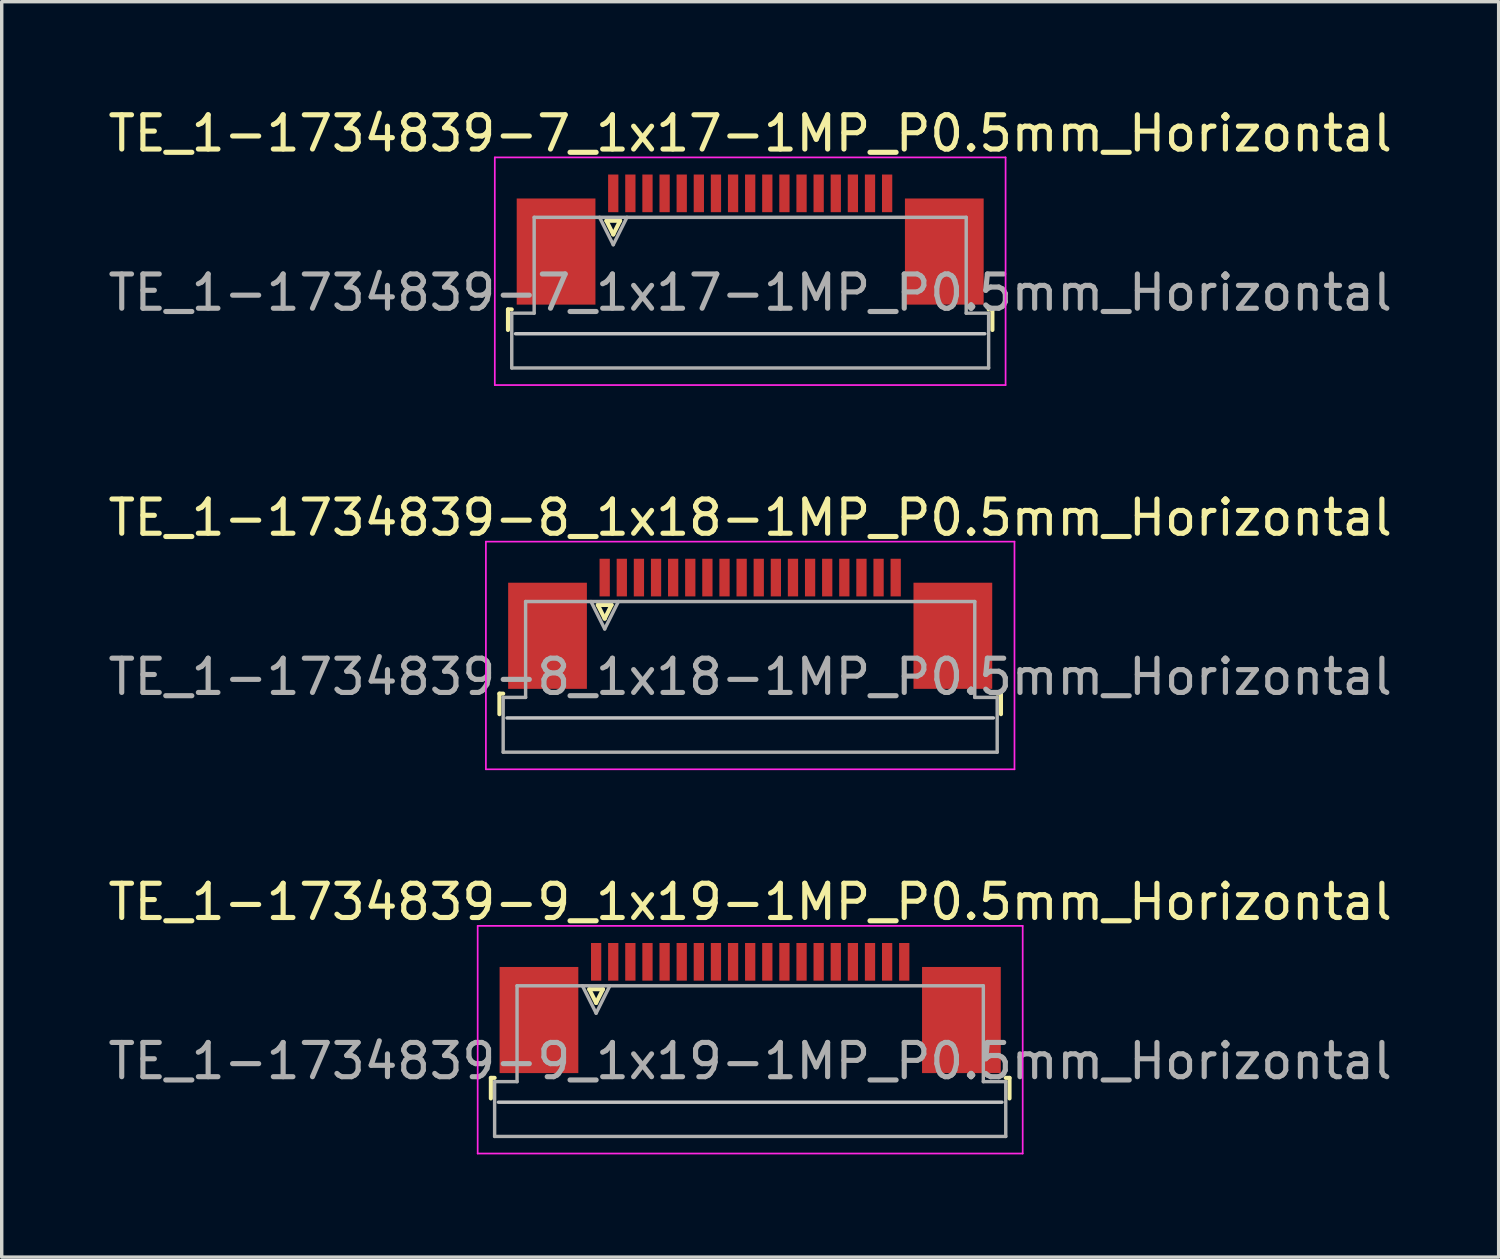
<source format=kicad_pcb>
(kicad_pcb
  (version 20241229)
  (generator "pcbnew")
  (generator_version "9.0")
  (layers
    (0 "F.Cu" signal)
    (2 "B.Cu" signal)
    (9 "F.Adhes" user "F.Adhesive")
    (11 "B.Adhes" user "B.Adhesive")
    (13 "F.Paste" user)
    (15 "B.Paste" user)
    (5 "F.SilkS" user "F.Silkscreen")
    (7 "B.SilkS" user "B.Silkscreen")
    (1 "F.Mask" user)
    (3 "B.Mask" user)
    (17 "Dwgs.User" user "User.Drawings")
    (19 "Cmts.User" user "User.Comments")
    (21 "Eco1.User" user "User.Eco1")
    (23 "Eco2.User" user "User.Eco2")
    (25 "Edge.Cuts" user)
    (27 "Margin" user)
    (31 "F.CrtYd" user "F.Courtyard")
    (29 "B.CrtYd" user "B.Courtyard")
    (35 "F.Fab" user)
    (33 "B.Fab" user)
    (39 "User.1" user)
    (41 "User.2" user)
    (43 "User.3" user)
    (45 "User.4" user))
  (footprint "TE_1-1734839-7_1x17-1MP_P0.5mm_Horizontal"
    (layer "F.Cu")
    (at 18.863 3.948)
    (property "Reference" "TE_1-1734839-7_1x17-1MP_P0.5mm_Horizontal" (at 0 -3.1 0) (layer "F.SilkS") (effects (font (size 1 1) (thickness 0.15))))
    (attr smd)
    (fp_line (start -7.075 2.04) (end -7.075 2.64) (stroke (width 0.12) (type solid)) (layer "F.SilkS"))
    (fp_line (start -6.965 2.04) (end -7.075 2.04) (stroke (width 0.12) (type solid)) (layer "F.SilkS"))
    (fp_line (start -4.2 -0.55) (end -4 -0.15) (stroke (width 0.12) (type solid)) (layer "F.SilkS"))
    (fp_line (start -4 -0.15) (end -3.8 -0.55) (stroke (width 0.12) (type solid)) (layer "F.SilkS"))
    (fp_line (start -3.8 -0.55) (end -4.2 -0.55) (stroke (width 0.12) (type solid)) (layer "F.SilkS"))
    (fp_line (start 6.965 2.04) (end 7.075 2.04) (stroke (width 0.12) (type solid)) (layer "F.SilkS"))
    (fp_line (start 7.075 2.04) (end 7.075 2.64) (stroke (width 0.12) (type solid)) (layer "F.SilkS"))
    (fp_line (start 6.855 2.75) (end -6.855 2.75) (stroke (width 0.1) (type solid)) (layer "Dwgs.User"))
    (fp_line (start -7.46 -2.4) (end -7.46 4.25) (stroke (width 0.05) (type solid)) (layer "F.CrtYd"))
    (fp_line (start -7.46 4.25) (end 7.46 4.25) (stroke (width 0.05) (type solid)) (layer "F.CrtYd"))
    (fp_line (start 7.46 -2.4) (end -7.46 -2.4) (stroke (width 0.05) (type solid)) (layer "F.CrtYd"))
    (fp_line (start 7.46 4.25) (end 7.46 -2.4) (stroke (width 0.05) (type solid)) (layer "F.CrtYd"))
    (fp_line (start -6.965 2.15) (end -6.31 2.15) (stroke (width 0.1) (type solid)) (layer "F.Fab"))
    (fp_line (start -6.965 3.75) (end -6.965 2.15) (stroke (width 0.1) (type solid)) (layer "F.Fab"))
    (fp_line (start -6.31 -0.65) (end 6.31 -0.65) (stroke (width 0.1) (type solid)) (layer "F.Fab"))
    (fp_line (start -6.31 2.15) (end -6.31 -0.65) (stroke (width 0.1) (type solid)) (layer "F.Fab"))
    (fp_line (start -4.4 -0.65) (end -4 0.15) (stroke (width 0.1) (type solid)) (layer "F.Fab"))
    (fp_line (start -4 0.15) (end -3.6 -0.65) (stroke (width 0.1) (type solid)) (layer "F.Fab"))
    (fp_line (start 6.31 -0.65) (end 6.31 2.15) (stroke (width 0.1) (type solid)) (layer "F.Fab"))
    (fp_line (start 6.31 2.15) (end 6.965 2.15) (stroke (width 0.1) (type solid)) (layer "F.Fab"))
    (fp_line (start 6.965 2.15) (end 6.965 3.75) (stroke (width 0.1) (type solid)) (layer "F.Fab"))
    (fp_line (start 6.965 3.75) (end -6.965 3.75) (stroke (width 0.1) (type solid)) (layer "F.Fab"))
    (fp_text user "${REFERENCE}" (at 0 1.55 0) (layer "F.Fab") (effects (font (size 1 1) (thickness 0.15))))
    (pad "1" smd rect (at -4 -1.35) (size 0.3 1.1) (layers "F.Cu" "F.Mask" "F.Paste"))
    (pad "2" smd rect (at -3.5 -1.35) (size 0.3 1.1) (layers "F.Cu" "F.Mask" "F.Paste"))
    (pad "3" smd rect (at -3 -1.35) (size 0.3 1.1) (layers "F.Cu" "F.Mask" "F.Paste"))
    (pad "4" smd rect (at -2.5 -1.35) (size 0.3 1.1) (layers "F.Cu" "F.Mask" "F.Paste"))
    (pad "5" smd rect (at -2 -1.35) (size 0.3 1.1) (layers "F.Cu" "F.Mask" "F.Paste"))
    (pad "6" smd rect (at -1.5 -1.35) (size 0.3 1.1) (layers "F.Cu" "F.Mask" "F.Paste"))
    (pad "7" smd rect (at -1 -1.35) (size 0.3 1.1) (layers "F.Cu" "F.Mask" "F.Paste"))
    (pad "8" smd rect (at -0.5 -1.35) (size 0.3 1.1) (layers "F.Cu" "F.Mask" "F.Paste"))
    (pad "9" smd rect (at 0 -1.35) (size 0.3 1.1) (layers "F.Cu" "F.Mask" "F.Paste"))
    (pad "10" smd rect (at 0.5 -1.35) (size 0.3 1.1) (layers "F.Cu" "F.Mask" "F.Paste"))
    (pad "11" smd rect (at 1 -1.35) (size 0.3 1.1) (layers "F.Cu" "F.Mask" "F.Paste"))
    (pad "12" smd rect (at 1.5 -1.35) (size 0.3 1.1) (layers "F.Cu" "F.Mask" "F.Paste"))
    (pad "13" smd rect (at 2 -1.35) (size 0.3 1.1) (layers "F.Cu" "F.Mask" "F.Paste"))
    (pad "14" smd rect (at 2.5 -1.35) (size 0.3 1.1) (layers "F.Cu" "F.Mask" "F.Paste"))
    (pad "15" smd rect (at 3 -1.35) (size 0.3 1.1) (layers "F.Cu" "F.Mask" "F.Paste"))
    (pad "16" smd rect (at 3.5 -1.35) (size 0.3 1.1) (layers "F.Cu" "F.Mask" "F.Paste"))
    (pad "17" smd rect (at 4 -1.35) (size 0.3 1.1) (layers "F.Cu" "F.Mask" "F.Paste"))
    (pad "MP" smd rect (at -5.67 0.35) (size 2.3 3.1) (layers "F.Cu" "F.Mask" "F.Paste"))
    (pad "MP" smd rect (at 5.67 0.35) (size 2.3 3.1) (layers "F.Cu" "F.Mask" "F.Paste")))
  (footprint "TE_1-1734839-9_1x19-1MP_P0.5mm_Horizontal"
    (layer "F.Cu")
    (at 18.863 26.395)
    (property "Reference" "TE_1-1734839-9_1x19-1MP_P0.5mm_Horizontal" (at 0 -3.1 0) (layer "F.SilkS") (effects (font (size 1 1) (thickness 0.15))))
    (attr smd)
    (fp_line (start -7.575 2.04) (end -7.575 2.64) (stroke (width 0.12) (type solid)) (layer "F.SilkS"))
    (fp_line (start -7.465 2.04) (end -7.575 2.04) (stroke (width 0.12) (type solid)) (layer "F.SilkS"))
    (fp_line (start -4.7 -0.55) (end -4.5 -0.15) (stroke (width 0.12) (type solid)) (layer "F.SilkS"))
    (fp_line (start -4.5 -0.15) (end -4.3 -0.55) (stroke (width 0.12) (type solid)) (layer "F.SilkS"))
    (fp_line (start -4.3 -0.55) (end -4.7 -0.55) (stroke (width 0.12) (type solid)) (layer "F.SilkS"))
    (fp_line (start 7.465 2.04) (end 7.575 2.04) (stroke (width 0.12) (type solid)) (layer "F.SilkS"))
    (fp_line (start 7.575 2.04) (end 7.575 2.64) (stroke (width 0.12) (type solid)) (layer "F.SilkS"))
    (fp_line (start 7.355 2.75) (end -7.355 2.75) (stroke (width 0.1) (type solid)) (layer "Dwgs.User"))
    (fp_line (start -7.96 -2.4) (end -7.96 4.25) (stroke (width 0.05) (type solid)) (layer "F.CrtYd"))
    (fp_line (start -7.96 4.25) (end 7.96 4.25) (stroke (width 0.05) (type solid)) (layer "F.CrtYd"))
    (fp_line (start 7.96 -2.4) (end -7.96 -2.4) (stroke (width 0.05) (type solid)) (layer "F.CrtYd"))
    (fp_line (start 7.96 4.25) (end 7.96 -2.4) (stroke (width 0.05) (type solid)) (layer "F.CrtYd"))
    (fp_line (start -7.465 2.15) (end -6.81 2.15) (stroke (width 0.1) (type solid)) (layer "F.Fab"))
    (fp_line (start -7.465 3.75) (end -7.465 2.15) (stroke (width 0.1) (type solid)) (layer "F.Fab"))
    (fp_line (start -6.81 -0.65) (end 6.81 -0.65) (stroke (width 0.1) (type solid)) (layer "F.Fab"))
    (fp_line (start -6.81 2.15) (end -6.81 -0.65) (stroke (width 0.1) (type solid)) (layer "F.Fab"))
    (fp_line (start -4.9 -0.65) (end -4.5 0.15) (stroke (width 0.1) (type solid)) (layer "F.Fab"))
    (fp_line (start -4.5 0.15) (end -4.1 -0.65) (stroke (width 0.1) (type solid)) (layer "F.Fab"))
    (fp_line (start 6.81 -0.65) (end 6.81 2.15) (stroke (width 0.1) (type solid)) (layer "F.Fab"))
    (fp_line (start 6.81 2.15) (end 7.465 2.15) (stroke (width 0.1) (type solid)) (layer "F.Fab"))
    (fp_line (start 7.465 2.15) (end 7.465 3.75) (stroke (width 0.1) (type solid)) (layer "F.Fab"))
    (fp_line (start 7.465 3.75) (end -7.465 3.75) (stroke (width 0.1) (type solid)) (layer "F.Fab"))
    (fp_text user "${REFERENCE}" (at 0 1.55 0) (layer "F.Fab") (effects (font (size 1 1) (thickness 0.15))))
    (pad "1" smd rect (at -4.5 -1.35) (size 0.3 1.1) (layers "F.Cu" "F.Mask" "F.Paste"))
    (pad "2" smd rect (at -4 -1.35) (size 0.3 1.1) (layers "F.Cu" "F.Mask" "F.Paste"))
    (pad "3" smd rect (at -3.5 -1.35) (size 0.3 1.1) (layers "F.Cu" "F.Mask" "F.Paste"))
    (pad "4" smd rect (at -3 -1.35) (size 0.3 1.1) (layers "F.Cu" "F.Mask" "F.Paste"))
    (pad "5" smd rect (at -2.5 -1.35) (size 0.3 1.1) (layers "F.Cu" "F.Mask" "F.Paste"))
    (pad "6" smd rect (at -2 -1.35) (size 0.3 1.1) (layers "F.Cu" "F.Mask" "F.Paste"))
    (pad "7" smd rect (at -1.5 -1.35) (size 0.3 1.1) (layers "F.Cu" "F.Mask" "F.Paste"))
    (pad "8" smd rect (at -1 -1.35) (size 0.3 1.1) (layers "F.Cu" "F.Mask" "F.Paste"))
    (pad "9" smd rect (at -0.5 -1.35) (size 0.3 1.1) (layers "F.Cu" "F.Mask" "F.Paste"))
    (pad "10" smd rect (at 0 -1.35) (size 0.3 1.1) (layers "F.Cu" "F.Mask" "F.Paste"))
    (pad "11" smd rect (at 0.5 -1.35) (size 0.3 1.1) (layers "F.Cu" "F.Mask" "F.Paste"))
    (pad "12" smd rect (at 1 -1.35) (size 0.3 1.1) (layers "F.Cu" "F.Mask" "F.Paste"))
    (pad "13" smd rect (at 1.5 -1.35) (size 0.3 1.1) (layers "F.Cu" "F.Mask" "F.Paste"))
    (pad "14" smd rect (at 2 -1.35) (size 0.3 1.1) (layers "F.Cu" "F.Mask" "F.Paste"))
    (pad "15" smd rect (at 2.5 -1.35) (size 0.3 1.1) (layers "F.Cu" "F.Mask" "F.Paste"))
    (pad "16" smd rect (at 3 -1.35) (size 0.3 1.1) (layers "F.Cu" "F.Mask" "F.Paste"))
    (pad "17" smd rect (at 3.5 -1.35) (size 0.3 1.1) (layers "F.Cu" "F.Mask" "F.Paste"))
    (pad "18" smd rect (at 4 -1.35) (size 0.3 1.1) (layers "F.Cu" "F.Mask" "F.Paste"))
    (pad "19" smd rect (at 4.5 -1.35) (size 0.3 1.1) (layers "F.Cu" "F.Mask" "F.Paste"))
    (pad "MP" smd rect (at -6.17 0.35) (size 2.3 3.1) (layers "F.Cu" "F.Mask" "F.Paste"))
    (pad "MP" smd rect (at 6.17 0.35) (size 2.3 3.1) (layers "F.Cu" "F.Mask" "F.Paste")))
  (footprint "TE_1-1734839-8_1x18-1MP_P0.5mm_Horizontal"
    (layer "F.Cu")
    (at 18.863 15.171)
    (property "Reference" "TE_1-1734839-8_1x18-1MP_P0.5mm_Horizontal" (at 0 -3.1 0) (layer "F.SilkS") (effects (font (size 1 1) (thickness 0.15))))
    (attr smd)
    (fp_line (start -7.325 2.04) (end -7.325 2.64) (stroke (width 0.12) (type solid)) (layer "F.SilkS"))
    (fp_line (start -7.215 2.04) (end -7.325 2.04) (stroke (width 0.12) (type solid)) (layer "F.SilkS"))
    (fp_line (start -4.45 -0.55) (end -4.25 -0.15) (stroke (width 0.12) (type solid)) (layer "F.SilkS"))
    (fp_line (start -4.25 -0.15) (end -4.05 -0.55) (stroke (width 0.12) (type solid)) (layer "F.SilkS"))
    (fp_line (start -4.05 -0.55) (end -4.45 -0.55) (stroke (width 0.12) (type solid)) (layer "F.SilkS"))
    (fp_line (start 7.215 2.04) (end 7.325 2.04) (stroke (width 0.12) (type solid)) (layer "F.SilkS"))
    (fp_line (start 7.325 2.04) (end 7.325 2.64) (stroke (width 0.12) (type solid)) (layer "F.SilkS"))
    (fp_line (start 7.105 2.75) (end -7.105 2.75) (stroke (width 0.1) (type solid)) (layer "Dwgs.User"))
    (fp_line (start -7.72 -2.4) (end -7.72 4.25) (stroke (width 0.05) (type solid)) (layer "F.CrtYd"))
    (fp_line (start -7.72 4.25) (end 7.72 4.25) (stroke (width 0.05) (type solid)) (layer "F.CrtYd"))
    (fp_line (start 7.72 -2.4) (end -7.72 -2.4) (stroke (width 0.05) (type solid)) (layer "F.CrtYd"))
    (fp_line (start 7.72 4.25) (end 7.72 -2.4) (stroke (width 0.05) (type solid)) (layer "F.CrtYd"))
    (fp_line (start -7.215 2.15) (end -6.56 2.15) (stroke (width 0.1) (type solid)) (layer "F.Fab"))
    (fp_line (start -7.215 3.75) (end -7.215 2.15) (stroke (width 0.1) (type solid)) (layer "F.Fab"))
    (fp_line (start -6.56 -0.65) (end 6.56 -0.65) (stroke (width 0.1) (type solid)) (layer "F.Fab"))
    (fp_line (start -6.56 2.15) (end -6.56 -0.65) (stroke (width 0.1) (type solid)) (layer "F.Fab"))
    (fp_line (start -4.65 -0.65) (end -4.25 0.15) (stroke (width 0.1) (type solid)) (layer "F.Fab"))
    (fp_line (start -4.25 0.15) (end -3.85 -0.65) (stroke (width 0.1) (type solid)) (layer "F.Fab"))
    (fp_line (start 6.56 -0.65) (end 6.56 2.15) (stroke (width 0.1) (type solid)) (layer "F.Fab"))
    (fp_line (start 6.56 2.15) (end 7.215 2.15) (stroke (width 0.1) (type solid)) (layer "F.Fab"))
    (fp_line (start 7.215 2.15) (end 7.215 3.75) (stroke (width 0.1) (type solid)) (layer "F.Fab"))
    (fp_line (start 7.215 3.75) (end -7.215 3.75) (stroke (width 0.1) (type solid)) (layer "F.Fab"))
    (fp_text user "${REFERENCE}" (at 0 1.55 0) (layer "F.Fab") (effects (font (size 1 1) (thickness 0.15))))
    (pad "1" smd rect (at -4.25 -1.35) (size 0.3 1.1) (layers "F.Cu" "F.Mask" "F.Paste"))
    (pad "2" smd rect (at -3.75 -1.35) (size 0.3 1.1) (layers "F.Cu" "F.Mask" "F.Paste"))
    (pad "3" smd rect (at -3.25 -1.35) (size 0.3 1.1) (layers "F.Cu" "F.Mask" "F.Paste"))
    (pad "4" smd rect (at -2.75 -1.35) (size 0.3 1.1) (layers "F.Cu" "F.Mask" "F.Paste"))
    (pad "5" smd rect (at -2.25 -1.35) (size 0.3 1.1) (layers "F.Cu" "F.Mask" "F.Paste"))
    (pad "6" smd rect (at -1.75 -1.35) (size 0.3 1.1) (layers "F.Cu" "F.Mask" "F.Paste"))
    (pad "7" smd rect (at -1.25 -1.35) (size 0.3 1.1) (layers "F.Cu" "F.Mask" "F.Paste"))
    (pad "8" smd rect (at -0.75 -1.35) (size 0.3 1.1) (layers "F.Cu" "F.Mask" "F.Paste"))
    (pad "9" smd rect (at -0.25 -1.35) (size 0.3 1.1) (layers "F.Cu" "F.Mask" "F.Paste"))
    (pad "10" smd rect (at 0.25 -1.35) (size 0.3 1.1) (layers "F.Cu" "F.Mask" "F.Paste"))
    (pad "11" smd rect (at 0.75 -1.35) (size 0.3 1.1) (layers "F.Cu" "F.Mask" "F.Paste"))
    (pad "12" smd rect (at 1.25 -1.35) (size 0.3 1.1) (layers "F.Cu" "F.Mask" "F.Paste"))
    (pad "13" smd rect (at 1.75 -1.35) (size 0.3 1.1) (layers "F.Cu" "F.Mask" "F.Paste"))
    (pad "14" smd rect (at 2.25 -1.35) (size 0.3 1.1) (layers "F.Cu" "F.Mask" "F.Paste"))
    (pad "15" smd rect (at 2.75 -1.35) (size 0.3 1.1) (layers "F.Cu" "F.Mask" "F.Paste"))
    (pad "16" smd rect (at 3.25 -1.35) (size 0.3 1.1) (layers "F.Cu" "F.Mask" "F.Paste"))
    (pad "17" smd rect (at 3.75 -1.35) (size 0.3 1.1) (layers "F.Cu" "F.Mask" "F.Paste"))
    (pad "18" smd rect (at 4.25 -1.35) (size 0.3 1.1) (layers "F.Cu" "F.Mask" "F.Paste"))
    (pad "MP" smd rect (at -5.92 0.35) (size 2.3 3.1) (layers "F.Cu" "F.Mask" "F.Paste"))
    (pad "MP" smd rect (at 5.92 0.35) (size 2.3 3.1) (layers "F.Cu" "F.Mask" "F.Paste")))
  (gr_rect
    (start -3 -3)
    (end 40.726 33.67)
    (stroke (width 0.1) (type default))
    (fill no)
    (layer "Edge.Cuts")))
</source>
